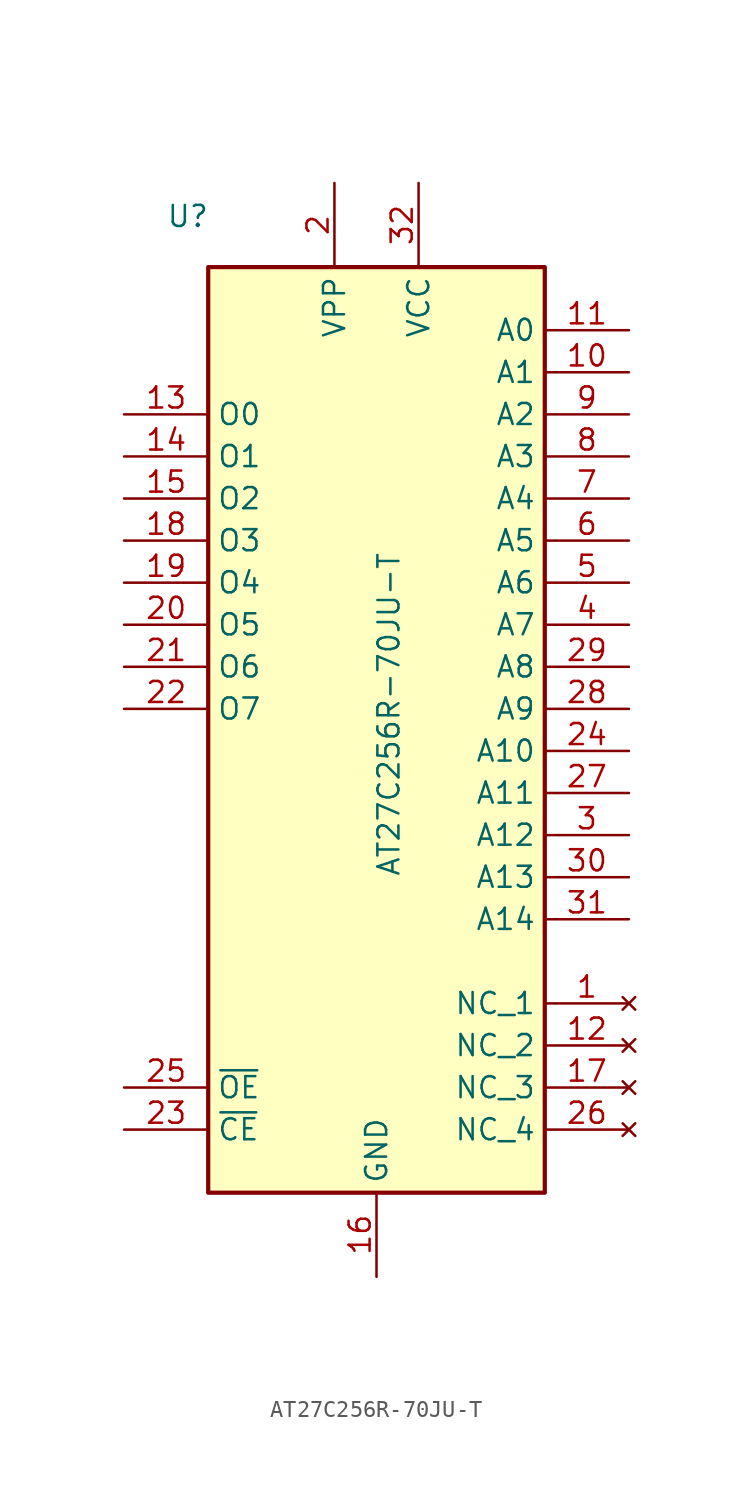
<source format=kicad_sym>
(kicad_symbol_lib
  (version 20220914)
  (generator kicad_symbol_editor)
  (symbol "AT27C256R-70JU-T"
    (property "Reference" "U"
      (at 2.54 13.97 0)
      (effects (font (size 1.27 1.27)) (justify left top)))
    (property "Value" "AT27C256R-70JU-T"
      (at 15.24 -26.67 90)
      (effects (font (size 1.27 1.27)) (justify left top)))
    (symbol "AT27C256R-70JU-T_1_1"
      (rectangle (start 5.08 10.16) (end 25.4 -45.72) (stroke (width 0.254) (type default)) (fill (type background)))
      (pin no_connect line (at 30.48 -34.29 180) (length 5.08) (name "NC_1" (effects (font (size 1.27 1.27)))) (number "1" (effects (font (size 1.27 1.27)))))
      (pin input line (at 30.48 3.81 180) (length 5.08) (name "A1" (effects (font (size 1.27 1.27)))) (number "10" (effects (font (size 1.27 1.27)))))
      (pin input line (at 30.48 6.35 180) (length 5.08) (name "A0" (effects (font (size 1.27 1.27)))) (number "11" (effects (font (size 1.27 1.27)))))
      (pin no_connect line (at 30.48 -36.83 180) (length 5.08) (name "NC_2" (effects (font (size 1.27 1.27)))) (number "12" (effects (font (size 1.27 1.27)))))
      (pin output line (at 0 1.27 0) (length 5.08) (name "O0" (effects (font (size 1.27 1.27)))) (number "13" (effects (font (size 1.27 1.27)))))
      (pin output line (at 0 -1.27 0) (length 5.08) (name "O1" (effects (font (size 1.27 1.27)))) (number "14" (effects (font (size 1.27 1.27)))))
      (pin output line (at 0 -3.81 0) (length 5.08) (name "O2" (effects (font (size 1.27 1.27)))) (number "15" (effects (font (size 1.27 1.27)))))
      (pin power_in line (at 15.24 -50.8 90) (length 5.08) (name "GND" (effects (font (size 1.27 1.27)))) (number "16" (effects (font (size 1.27 1.27)))))
      (pin no_connect line (at 30.48 -39.37 180) (length 5.08) (name "NC_3" (effects (font (size 1.27 1.27)))) (number "17" (effects (font (size 1.27 1.27)))))
      (pin output line (at 0 -6.35 0) (length 5.08) (name "O3" (effects (font (size 1.27 1.27)))) (number "18" (effects (font (size 1.27 1.27)))))
      (pin output line (at 0 -8.89 0) (length 5.08) (name "O4" (effects (font (size 1.27 1.27)))) (number "19" (effects (font (size 1.27 1.27)))))
      (pin power_in line (at 12.7 15.24 270) (length 5.08) (name "VPP" (effects (font (size 1.27 1.27)))) (number "2" (effects (font (size 1.27 1.27)))))
      (pin output line (at 0 -11.43 0) (length 5.08) (name "O5" (effects (font (size 1.27 1.27)))) (number "20" (effects (font (size 1.27 1.27)))))
      (pin output line (at 0 -13.97 0) (length 5.08) (name "O6" (effects (font (size 1.27 1.27)))) (number "21" (effects (font (size 1.27 1.27)))))
      (pin output line (at 0 -16.51 0) (length 5.08) (name "O7" (effects (font (size 1.27 1.27)))) (number "22" (effects (font (size 1.27 1.27)))))
      (pin input line (at 0 -41.91 0) (length 5.08) (name "~{CE}" (effects (font (size 1.27 1.27)))) (number "23" (effects (font (size 1.27 1.27)))))
      (pin input line (at 30.48 -19.05 180) (length 5.08) (name "A10" (effects (font (size 1.27 1.27)))) (number "24" (effects (font (size 1.27 1.27)))))
      (pin input line (at 0 -39.37 0) (length 5.08) (name "~{OE}" (effects (font (size 1.27 1.27)))) (number "25" (effects (font (size 1.27 1.27)))))
      (pin no_connect line (at 30.48 -41.91 180) (length 5.08) (name "NC_4" (effects (font (size 1.27 1.27)))) (number "26" (effects (font (size 1.27 1.27)))))
      (pin input line (at 30.48 -21.59 180) (length 5.08) (name "A11" (effects (font (size 1.27 1.27)))) (number "27" (effects (font (size 1.27 1.27)))))
      (pin input line (at 30.48 -16.51 180) (length 5.08) (name "A9" (effects (font (size 1.27 1.27)))) (number "28" (effects (font (size 1.27 1.27)))))
      (pin input line (at 30.48 -13.97 180) (length 5.08) (name "A8" (effects (font (size 1.27 1.27)))) (number "29" (effects (font (size 1.27 1.27)))))
      (pin input line (at 30.48 -24.13 180) (length 5.08) (name "A12" (effects (font (size 1.27 1.27)))) (number "3" (effects (font (size 1.27 1.27)))))
      (pin input line (at 30.48 -26.67 180) (length 5.08) (name "A13" (effects (font (size 1.27 1.27)))) (number "30" (effects (font (size 1.27 1.27)))))
      (pin input line (at 30.48 -29.21 180) (length 5.08) (name "A14" (effects (font (size 1.27 1.27)))) (number "31" (effects (font (size 1.27 1.27)))))
      (pin power_in line (at 17.78 15.24 270) (length 5.08) (name "VCC" (effects (font (size 1.27 1.27)))) (number "32" (effects (font (size 1.27 1.27)))))
      (pin input line (at 30.48 -11.43 180) (length 5.08) (name "A7" (effects (font (size 1.27 1.27)))) (number "4" (effects (font (size 1.27 1.27)))))
      (pin input line (at 30.48 -8.89 180) (length 5.08) (name "A6" (effects (font (size 1.27 1.27)))) (number "5" (effects (font (size 1.27 1.27)))))
      (pin input line (at 30.48 -6.35 180) (length 5.08) (name "A5" (effects (font (size 1.27 1.27)))) (number "6" (effects (font (size 1.27 1.27)))))
      (pin input line (at 30.48 -3.81 180) (length 5.08) (name "A4" (effects (font (size 1.27 1.27)))) (number "7" (effects (font (size 1.27 1.27)))))
      (pin input line (at 30.48 -1.27 180) (length 5.08) (name "A3" (effects (font (size 1.27 1.27)))) (number "8" (effects (font (size 1.27 1.27)))))
      (pin input line (at 30.48 1.27 180) (length 5.08) (name "A2" (effects (font (size 1.27 1.27)))) (number "9" (effects (font (size 1.27 1.27))))))))
</source>
